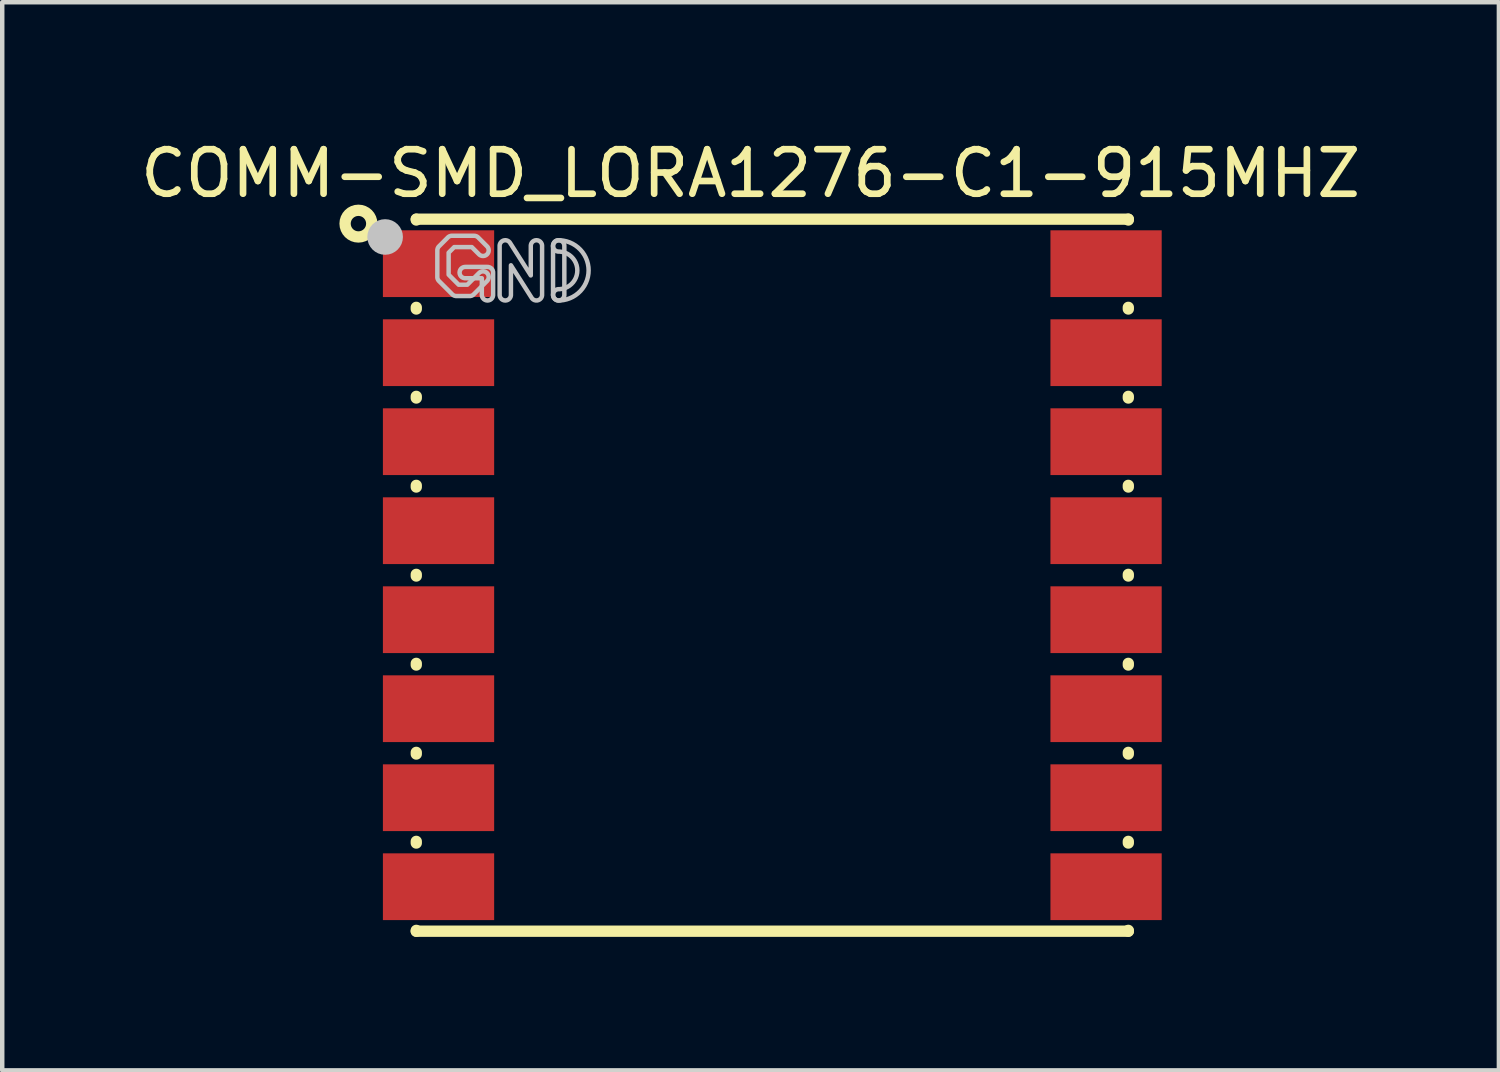
<source format=kicad_pcb>
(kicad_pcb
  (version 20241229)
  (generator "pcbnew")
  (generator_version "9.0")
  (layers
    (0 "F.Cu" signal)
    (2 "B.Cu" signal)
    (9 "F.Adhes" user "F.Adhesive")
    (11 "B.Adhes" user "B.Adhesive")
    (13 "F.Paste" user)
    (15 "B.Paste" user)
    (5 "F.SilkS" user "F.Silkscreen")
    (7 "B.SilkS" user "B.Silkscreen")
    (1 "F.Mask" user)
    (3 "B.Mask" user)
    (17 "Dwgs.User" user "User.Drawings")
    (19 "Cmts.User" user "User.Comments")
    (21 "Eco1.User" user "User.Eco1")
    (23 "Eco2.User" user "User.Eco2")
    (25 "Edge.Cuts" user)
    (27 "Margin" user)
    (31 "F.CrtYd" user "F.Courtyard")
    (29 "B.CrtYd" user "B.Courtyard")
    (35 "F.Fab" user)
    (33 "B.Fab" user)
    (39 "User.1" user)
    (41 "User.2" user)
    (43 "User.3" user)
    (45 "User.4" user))
  (footprint "COMM-SMD_LORA1276-C1-915MHZ"
    (layer "F.Cu")
    (at 14.304 9.875)
    (property "Reference" "COMM-SMD_LORA1276-C1-915MHZ" (at -0.488 -9.027 0) (layer "F.SilkS") (effects (font (size 1 1) (thickness 0.15))))
    (fp_line (start -8 -8) (end 8 -8) (stroke (width 0.254) (type default)) (layer "F.SilkS"))
    (fp_line (start -8 -7.981) (end -8 -8) (stroke (width 0.254) (type default)) (layer "F.SilkS"))
    (fp_line (start -8 -5.981) (end -8 -6.019) (stroke (width 0.254) (type default)) (layer "F.SilkS"))
    (fp_line (start -8 -3.981) (end -8 -4.019) (stroke (width 0.254) (type default)) (layer "F.SilkS"))
    (fp_line (start -8 -1.981) (end -8 -2.019) (stroke (width 0.254) (type default)) (layer "F.SilkS"))
    (fp_line (start -8 0.019) (end -8 -0.019) (stroke (width 0.254) (type default)) (layer "F.SilkS"))
    (fp_line (start -8 2.019) (end -8 1.981) (stroke (width 0.254) (type default)) (layer "F.SilkS"))
    (fp_line (start -8 4.019) (end -8 3.981) (stroke (width 0.254) (type default)) (layer "F.SilkS"))
    (fp_line (start -8 6.019) (end -8 5.981) (stroke (width 0.254) (type default)) (layer "F.SilkS"))
    (fp_line (start -8 8) (end -8 7.981) (stroke (width 0.254) (type default)) (layer "F.SilkS"))
    (fp_line (start 8 -8) (end 8 -7.981) (stroke (width 0.254) (type default)) (layer "F.SilkS"))
    (fp_line (start 8 -6.019) (end 8 -5.981) (stroke (width 0.254) (type default)) (layer "F.SilkS"))
    (fp_line (start 8 -4.019) (end 8 -3.981) (stroke (width 0.254) (type default)) (layer "F.SilkS"))
    (fp_line (start 8 -2.019) (end 8 -1.981) (stroke (width 0.254) (type default)) (layer "F.SilkS"))
    (fp_line (start 8 -0.019) (end 8 0.019) (stroke (width 0.254) (type default)) (layer "F.SilkS"))
    (fp_line (start 8 1.981) (end 8 2.019) (stroke (width 0.254) (type default)) (layer "F.SilkS"))
    (fp_line (start 8 3.981) (end 8 4.019) (stroke (width 0.254) (type default)) (layer "F.SilkS"))
    (fp_line (start 8 5.981) (end 8 6.019) (stroke (width 0.254) (type default)) (layer "F.SilkS"))
    (fp_line (start 8 7.981) (end 8 8) (stroke (width 0.254) (type default)) (layer "F.SilkS"))
    (fp_line (start 8 8) (end -8 8) (stroke (width 0.254) (type default)) (layer "F.SilkS"))
    (fp_circle (center -9.3 -7.9) (end -9 -7.9) (stroke (width 0.254) (type default)) (fill no) (layer "F.SilkS"))
    (fp_circle (center -8.7 -7.6) (end -8.5 -7.6) (stroke (width 0.4) (type default)) (fill no) (layer "Dwgs.User"))
    (fp_poly (pts (arc (start -4.927 -7.4) (mid -4.8 -7.527) (end -4.673 -7.4)) (arc (start -4.673 -6.3) (mid -4.8 -6.173) (end -4.927 -6.3))) (stroke (width 0.1) (type default)) (fill no) (layer "Dwgs.User"))
    (fp_poly (pts (arc (start -6.9 -6.673) (mid -7.027 -6.8) (end -6.9 -6.927)) (arc (start -6.4 -6.927) (mid -6.310197 -6.889803) (end -6.273 -6.8)) (arc (start -6.273 -6.3) (mid -6.4 -6.173) (end -6.527 -6.3)) (xy -6.527 -6.673)) (stroke (width 0.1) (type default)) (fill no) (layer "Dwgs.User"))
    (fp_poly (pts (arc (start -5.873 -6.3) (mid -6 -6.173) (end -6.127 -6.3)) (arc (start -6.127 -7.4) (mid -6.035471 -7.521946) (end -5.893 -7.468)) (xy -5.427 -6.736) (arc (start -5.427 -7.4) (mid -5.3 -7.527) (end -5.173 -7.4)) (arc (start -5.173 -6.3) (mid -5.264529 -6.178054) (end -5.407 -6.232)) (xy -5.873 -6.964)) (stroke (width 0.1) (type default)) (fill no) (layer "Dwgs.User"))
    (fp_poly (pts (arc (start -6.41 -7.39) (mid -6.41 -7.21) (end -6.59 -7.21)) (xy -6.753 -7.373) (xy -7.147 -7.373) (xy -7.273 -7.247) (xy -7.273 -6.753) (xy -7.048 -6.527) (xy -6.9 -6.527) (xy -6.853 -6.527) (arc (start -6.59 -6.79) (mid -6.41 -6.79) (end -6.41 -6.61)) (arc (start -6.71 -6.31) (mid -6.751292 -6.282409) (end -6.8 -6.273)) (xy -6.9 -6.273) (arc (start -7.1 -6.273) (mid -7.148601 -6.282667) (end -7.19 -6.31)) (arc (start -7.49 -6.61) (mid -7.517591 -6.651292) (end -7.527 -6.7)) (arc (start -7.527 -7.3) (mid -7.517333 -7.348601) (end -7.49 -7.39)) (arc (start -7.29 -7.59) (mid -7.248708 -7.617591) (end -7.2 -7.627)) (arc (start -6.7 -7.627) (mid -6.651399 -7.617333) (end -6.61 -7.59))) (stroke (width 0.1) (type default)) (fill no) (layer "Dwgs.User"))
    (fp_poly (pts (arc (start -4.8 -6.427) (mid -4.381481 -6.85) (end -4.801 -7.272)) (arc (start -4.801 -7.272) (mid -4.928 -7.39875) (end -4.8015 -7.526)) (arc (start -4.8015 -7.526) (mid -4.127994 -6.85025) (end -4.8 -6.173)) (arc (start -4.8 -6.173) (mid -4.927 -6.3) (end -4.8 -6.427))) (stroke (width 0.1) (type default)) (fill no) (layer "Dwgs.User"))
    (fp_poly (pts (xy -8 -7.6) (xy -6.3 -7.6) (xy -6.3 -6.4) (xy -8 -6.4)) (stroke (width 0.1) (type default)) (fill no) (layer "User.1"))
    (fp_poly (pts (xy -8 -5.6) (xy -6.3 -5.6) (xy -6.3 -4.4) (xy -8 -4.4)) (stroke (width 0.1) (type default)) (fill no) (layer "User.1"))
    (fp_poly (pts (xy -8 -3.6) (xy -6.3 -3.6) (xy -6.3 -2.4) (xy -8 -2.4)) (stroke (width 0.1) (type default)) (fill no) (layer "User.1"))
    (fp_poly (pts (xy -8 -1.6) (xy -6.3 -1.6) (xy -6.3 -0.4) (xy -8 -0.4)) (stroke (width 0.1) (type default)) (fill no) (layer "User.1"))
    (fp_poly (pts (xy -8 0.4) (xy -6.3 0.4) (xy -6.3 1.6) (xy -8 1.6)) (stroke (width 0.1) (type default)) (fill no) (layer "User.1"))
    (fp_poly (pts (xy -8 2.4) (xy -6.3 2.4) (xy -6.3 3.6) (xy -8 3.6)) (stroke (width 0.1) (type default)) (fill no) (layer "User.1"))
    (fp_poly (pts (xy -8 4.4) (xy -6.3 4.4) (xy -6.3 5.6) (xy -8 5.6)) (stroke (width 0.1) (type default)) (fill no) (layer "User.1"))
    (fp_poly (pts (xy -8 6.4) (xy -6.3 6.4) (xy -6.3 7.6) (xy -8 7.6)) (stroke (width 0.1) (type default)) (fill no) (layer "User.1"))
    (fp_poly (pts (xy 6.3 -7.6) (xy 8 -7.6) (xy 8 -6.4) (xy 6.3 -6.4)) (stroke (width 0.1) (type default)) (fill no) (layer "User.1"))
    (fp_poly (pts (xy 6.3 -5.6) (xy 8 -5.6) (xy 8 -4.4) (xy 6.3 -4.4)) (stroke (width 0.1) (type default)) (fill no) (layer "User.1"))
    (fp_poly (pts (xy 6.3 -3.6) (xy 8 -3.6) (xy 8 -2.4) (xy 6.3 -2.4)) (stroke (width 0.1) (type default)) (fill no) (layer "User.1"))
    (fp_poly (pts (xy 6.3 -1.6) (xy 8 -1.6) (xy 8 -0.4) (xy 6.3 -0.4)) (stroke (width 0.1) (type default)) (fill no) (layer "User.1"))
    (fp_poly (pts (xy 6.3 0.4) (xy 8 0.4) (xy 8 1.6) (xy 6.3 1.6)) (stroke (width 0.1) (type default)) (fill no) (layer "User.1"))
    (fp_poly (pts (xy 6.3 2.4) (xy 8 2.4) (xy 8 3.6) (xy 6.3 3.6)) (stroke (width 0.1) (type default)) (fill no) (layer "User.1"))
    (fp_poly (pts (xy 6.3 4.4) (xy 8 4.4) (xy 8 5.6) (xy 6.3 5.6)) (stroke (width 0.1) (type default)) (fill no) (layer "User.1"))
    (fp_poly (pts (xy 6.3 6.4) (xy 8 6.4) (xy 8 7.6) (xy 6.3 7.6)) (stroke (width 0.1) (type default)) (fill no) (layer "User.1"))
    (fp_line (start -8 -8) (end 8 -8) (stroke (width 0.051) (type default)) (layer "User.2"))
    (fp_line (start -8 8) (end -8 -8) (stroke (width 0.051) (type default)) (layer "User.2"))
    (fp_line (start 8 -8) (end 8 8) (stroke (width 0.051) (type default)) (layer "User.2"))
    (fp_line (start 8 8) (end -8 8) (stroke (width 0.051) (type default)) (layer "User.2"))
    (fp_poly (pts (xy -7.945 -8.023) (xy -7.977 -8.055) (xy -8.023 -8.055) (xy -8.055 -8.023) (xy -8.055 -7.977) (xy -8.023 -7.945) (xy -7.977 -7.945) (xy -7.945 -7.977)) (stroke (width 0.1) (type default)) (fill no) (layer "User.3"))
    (pad "1" smd rect (at -7.5 -7) (size 2.5 1.5) (layers "F.Cu" "F.Mask" "F.Paste"))
    (pad "2" smd rect (at -7.5 -5) (size 2.5 1.5) (layers "F.Cu" "F.Mask" "F.Paste"))
    (pad "3" smd rect (at -7.5 -3) (size 2.5 1.5) (layers "F.Cu" "F.Mask" "F.Paste"))
    (pad "4" smd rect (at -7.5 -1) (size 2.5 1.5) (layers "F.Cu" "F.Mask" "F.Paste"))
    (pad "5" smd rect (at -7.5 1) (size 2.5 1.5) (layers "F.Cu" "F.Mask" "F.Paste"))
    (pad "6" smd rect (at -7.5 3) (size 2.5 1.5) (layers "F.Cu" "F.Mask" "F.Paste"))
    (pad "7" smd rect (at -7.5 5) (size 2.5 1.5) (layers "F.Cu" "F.Mask" "F.Paste"))
    (pad "8" smd rect (at -7.5 7) (size 2.5 1.5) (layers "F.Cu" "F.Mask" "F.Paste"))
    (pad "9" smd rect (at 7.5 7) (size 2.5 1.5) (layers "F.Cu" "F.Mask" "F.Paste"))
    (pad "10" smd rect (at 7.5 5) (size 2.5 1.5) (layers "F.Cu" "F.Mask" "F.Paste"))
    (pad "11" smd rect (at 7.5 3) (size 2.5 1.5) (layers "F.Cu" "F.Mask" "F.Paste"))
    (pad "12" smd rect (at 7.5 1) (size 2.5 1.5) (layers "F.Cu" "F.Mask" "F.Paste"))
    (pad "13" smd rect (at 7.5 -1) (size 2.5 1.5) (layers "F.Cu" "F.Mask" "F.Paste"))
    (pad "14" smd rect (at 7.5 -3) (size 2.5 1.5) (layers "F.Cu" "F.Mask" "F.Paste"))
    (pad "15" smd rect (at 7.5 -5) (size 2.5 1.5) (layers "F.Cu" "F.Mask" "F.Paste"))
    (pad "16" smd rect (at 7.5 -7) (size 2.5 1.5) (layers "F.Cu" "F.Mask" "F.Paste")))
  (gr_rect
    (start -3 -3)
    (end 30.631 21.002)
    (stroke (width 0.1) (type default))
    (fill no)
    (layer "Edge.Cuts")))
</source>
